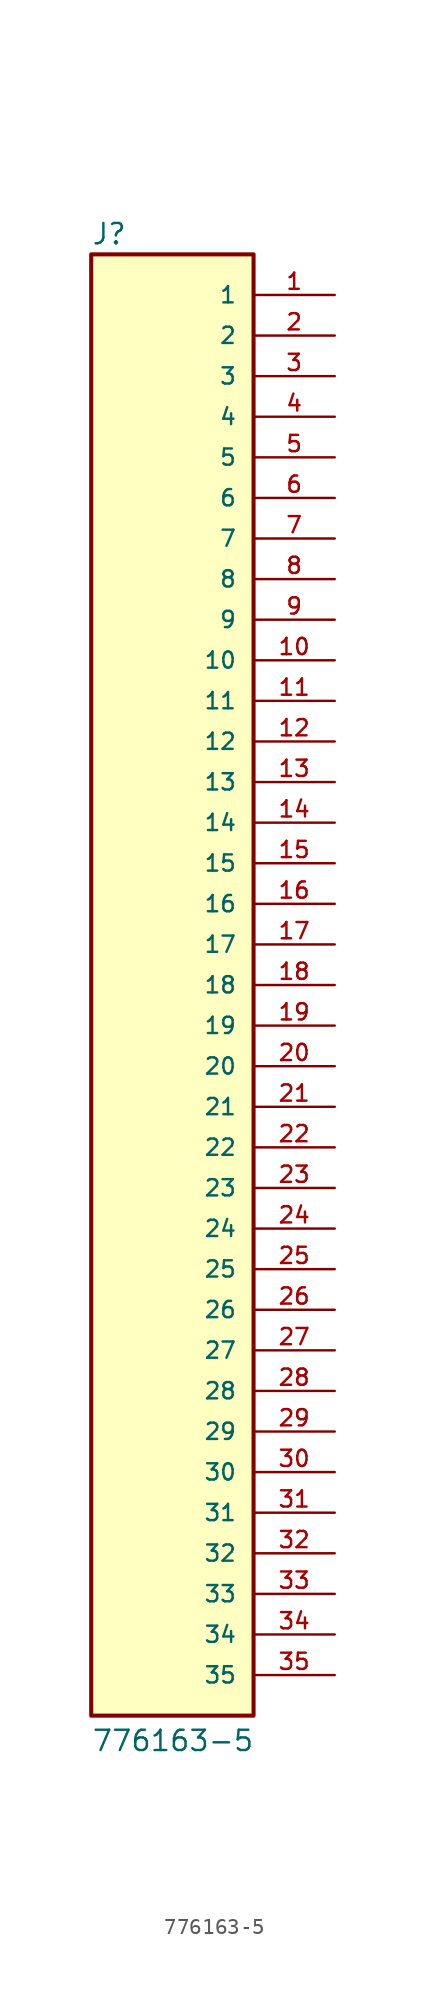
<source format=kicad_sym>
(kicad_symbol_lib
  (version 20211014)
  (generator kicad_symbol_editor)
  (symbol "776163-5"
    (pin_names
      (offset 1.016))
    (property "Reference" "J"
      (at -5.083 46.253 0)
      (effects (font (size 1.27 1.27)) (justify bottom left)))
    (property "Value" "776163-5"
      (at -5.083 -48.033 0)
      (effects (font (size 1.27 1.27)) (justify bottom left)))
    (symbol "776163-5_0_0"
      (rectangle (start -5.08 -45.72) (end 5.08 45.72) (stroke (width 0.254)) (fill (type background)))
      (pin passive line (at 10.16 43.18 180.0) (length 5.08) (name "1" (effects (font (size 1.016 1.016)))) (number "1" (effects (font (size 1.016 1.016)))))
      (pin passive line (at 10.16 40.64 180.0) (length 5.08) (name "2" (effects (font (size 1.016 1.016)))) (number "2" (effects (font (size 1.016 1.016)))))
      (pin passive line (at 10.16 38.1 180.0) (length 5.08) (name "3" (effects (font (size 1.016 1.016)))) (number "3" (effects (font (size 1.016 1.016)))))
      (pin passive line (at 10.16 35.56 180.0) (length 5.08) (name "4" (effects (font (size 1.016 1.016)))) (number "4" (effects (font (size 1.016 1.016)))))
      (pin passive line (at 10.16 33.02 180.0) (length 5.08) (name "5" (effects (font (size 1.016 1.016)))) (number "5" (effects (font (size 1.016 1.016)))))
      (pin passive line (at 10.16 30.48 180.0) (length 5.08) (name "6" (effects (font (size 1.016 1.016)))) (number "6" (effects (font (size 1.016 1.016)))))
      (pin passive line (at 10.16 27.94 180.0) (length 5.08) (name "7" (effects (font (size 1.016 1.016)))) (number "7" (effects (font (size 1.016 1.016)))))
      (pin passive line (at 10.16 25.4 180.0) (length 5.08) (name "8" (effects (font (size 1.016 1.016)))) (number "8" (effects (font (size 1.016 1.016)))))
      (pin passive line (at 10.16 22.86 180.0) (length 5.08) (name "9" (effects (font (size 1.016 1.016)))) (number "9" (effects (font (size 1.016 1.016)))))
      (pin passive line (at 10.16 20.32 180.0) (length 5.08) (name "10" (effects (font (size 1.016 1.016)))) (number "10" (effects (font (size 1.016 1.016)))))
      (pin passive line (at 10.16 17.78 180.0) (length 5.08) (name "11" (effects (font (size 1.016 1.016)))) (number "11" (effects (font (size 1.016 1.016)))))
      (pin passive line (at 10.16 15.24 180.0) (length 5.08) (name "12" (effects (font (size 1.016 1.016)))) (number "12" (effects (font (size 1.016 1.016)))))
      (pin passive line (at 10.16 12.7 180.0) (length 5.08) (name "13" (effects (font (size 1.016 1.016)))) (number "13" (effects (font (size 1.016 1.016)))))
      (pin passive line (at 10.16 10.16 180.0) (length 5.08) (name "14" (effects (font (size 1.016 1.016)))) (number "14" (effects (font (size 1.016 1.016)))))
      (pin passive line (at 10.16 7.62 180.0) (length 5.08) (name "15" (effects (font (size 1.016 1.016)))) (number "15" (effects (font (size 1.016 1.016)))))
      (pin passive line (at 10.16 5.08 180.0) (length 5.08) (name "16" (effects (font (size 1.016 1.016)))) (number "16" (effects (font (size 1.016 1.016)))))
      (pin passive line (at 10.16 2.54 180.0) (length 5.08) (name "17" (effects (font (size 1.016 1.016)))) (number "17" (effects (font (size 1.016 1.016)))))
      (pin passive line (at 10.16 0.0 180.0) (length 5.08) (name "18" (effects (font (size 1.016 1.016)))) (number "18" (effects (font (size 1.016 1.016)))))
      (pin passive line (at 10.16 -2.54 180.0) (length 5.08) (name "19" (effects (font (size 1.016 1.016)))) (number "19" (effects (font (size 1.016 1.016)))))
      (pin passive line (at 10.16 -5.08 180.0) (length 5.08) (name "20" (effects (font (size 1.016 1.016)))) (number "20" (effects (font (size 1.016 1.016)))))
      (pin passive line (at 10.16 -7.62 180.0) (length 5.08) (name "21" (effects (font (size 1.016 1.016)))) (number "21" (effects (font (size 1.016 1.016)))))
      (pin passive line (at 10.16 -10.16 180.0) (length 5.08) (name "22" (effects (font (size 1.016 1.016)))) (number "22" (effects (font (size 1.016 1.016)))))
      (pin passive line (at 10.16 -12.7 180.0) (length 5.08) (name "23" (effects (font (size 1.016 1.016)))) (number "23" (effects (font (size 1.016 1.016)))))
      (pin passive line (at 10.16 -15.24 180.0) (length 5.08) (name "24" (effects (font (size 1.016 1.016)))) (number "24" (effects (font (size 1.016 1.016)))))
      (pin passive line (at 10.16 -17.78 180.0) (length 5.08) (name "25" (effects (font (size 1.016 1.016)))) (number "25" (effects (font (size 1.016 1.016)))))
      (pin passive line (at 10.16 -20.32 180.0) (length 5.08) (name "26" (effects (font (size 1.016 1.016)))) (number "26" (effects (font (size 1.016 1.016)))))
      (pin passive line (at 10.16 -22.86 180.0) (length 5.08) (name "27" (effects (font (size 1.016 1.016)))) (number "27" (effects (font (size 1.016 1.016)))))
      (pin passive line (at 10.16 -25.4 180.0) (length 5.08) (name "28" (effects (font (size 1.016 1.016)))) (number "28" (effects (font (size 1.016 1.016)))))
      (pin passive line (at 10.16 -27.94 180.0) (length 5.08) (name "29" (effects (font (size 1.016 1.016)))) (number "29" (effects (font (size 1.016 1.016)))))
      (pin passive line (at 10.16 -30.48 180.0) (length 5.08) (name "30" (effects (font (size 1.016 1.016)))) (number "30" (effects (font (size 1.016 1.016)))))
      (pin passive line (at 10.16 -33.02 180.0) (length 5.08) (name "31" (effects (font (size 1.016 1.016)))) (number "31" (effects (font (size 1.016 1.016)))))
      (pin passive line (at 10.16 -35.56 180.0) (length 5.08) (name "32" (effects (font (size 1.016 1.016)))) (number "32" (effects (font (size 1.016 1.016)))))
      (pin passive line (at 10.16 -38.1 180.0) (length 5.08) (name "33" (effects (font (size 1.016 1.016)))) (number "33" (effects (font (size 1.016 1.016)))))
      (pin passive line (at 10.16 -40.64 180.0) (length 5.08) (name "34" (effects (font (size 1.016 1.016)))) (number "34" (effects (font (size 1.016 1.016)))))
      (pin passive line (at 10.16 -43.18 180.0) (length 5.08) (name "35" (effects (font (size 1.016 1.016)))) (number "35" (effects (font (size 1.016 1.016))))))))
</source>
